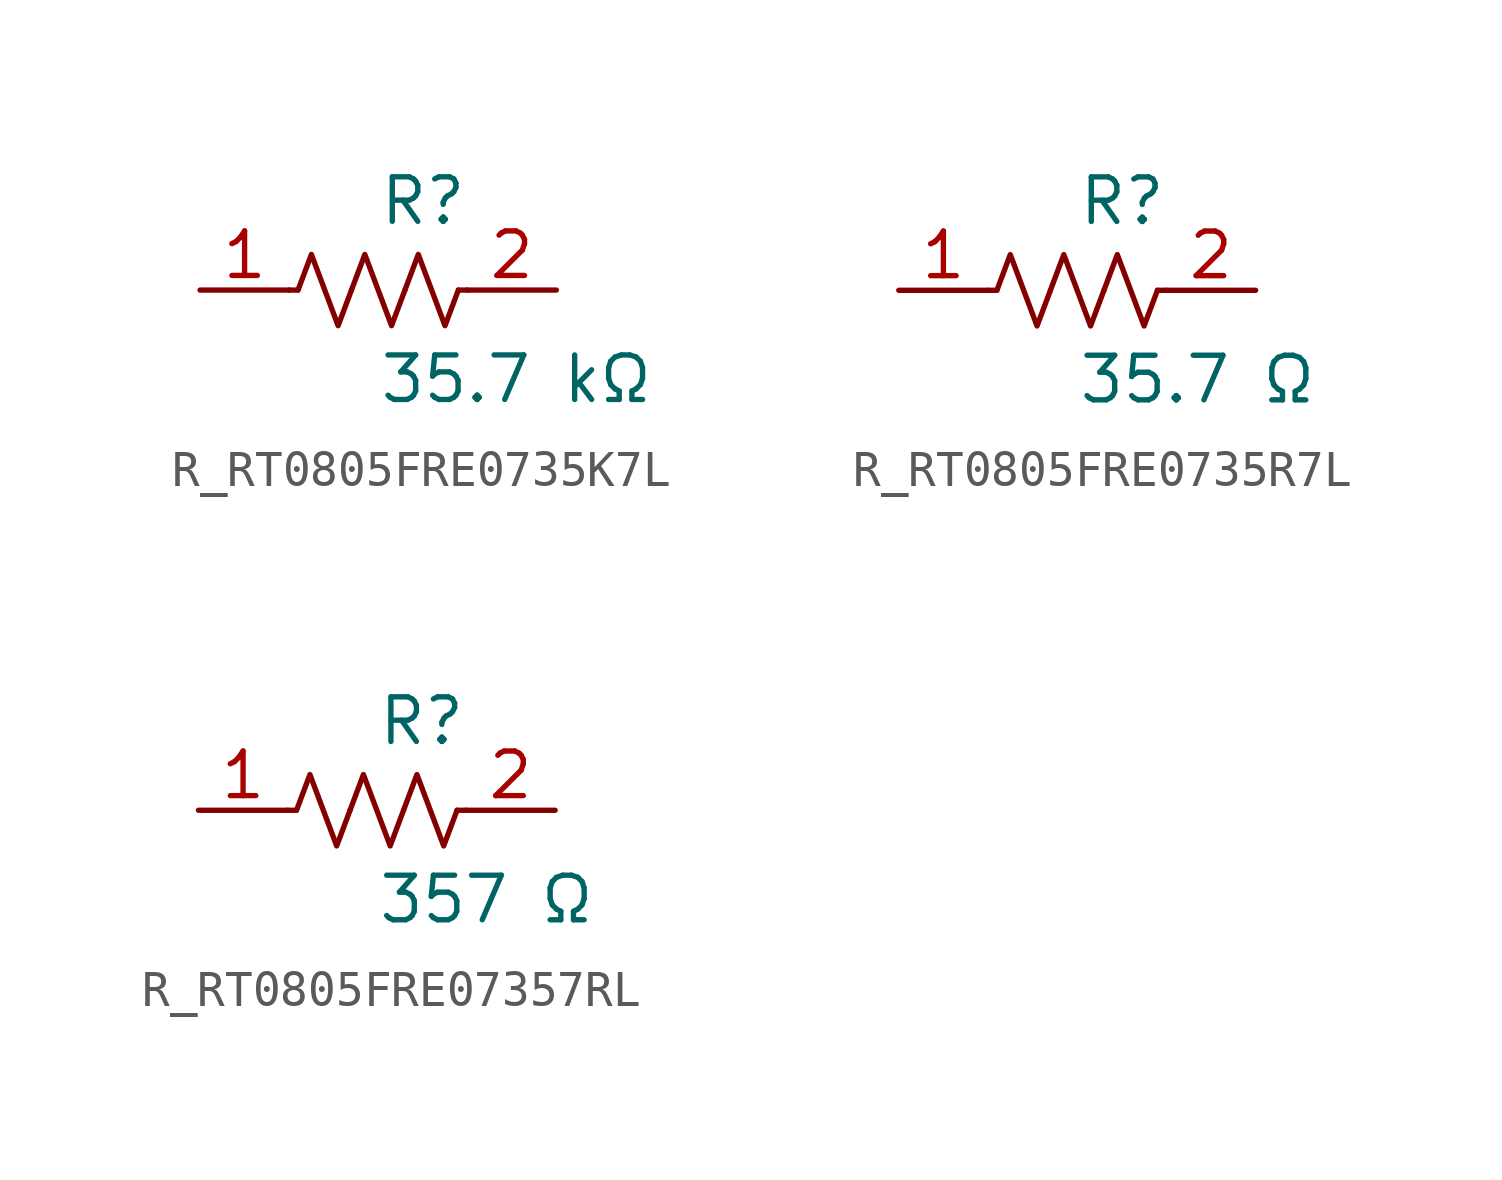
<source format=kicad_sym>
(kicad_symbol_lib
  (version 20231120)
  (generator kicad_symbol_editor)
  (generator_version 8.0)
  (symbol "R_RT0805FRE0735K7L"
    (pin_names
      (offset 0.254))
    (property "Reference" "R"
      (at 0 2.54 0)
      (effects (font (size 1.27 1.27)) (justify left)))
    (property "Value" "35.7 kΩ"
      (at 0 -2.54 0)
      (effects (font (size 1.27 1.27)) (justify left)))
    (symbol "R_RT0805FRE0735K7L_0_1"
      (polyline (pts (xy 2.286 0) (xy 2.54 0)) (stroke (width 0) (type default)) (fill (type none)))
      (polyline (pts (xy -2.286 0) (xy -2.54 0)) (stroke (width 0) (type default)) (fill (type none)))
      (polyline (pts (xy 0.762 0) (xy 1.143 1.016) (xy 1.524 0) (xy 1.905 -1.016) (xy 2.286 0)) (stroke (width 0) (type default)) (fill (type none)))
      (polyline (pts (xy -0.762 0) (xy -0.381 1.016) (xy 0 0) (xy 0.381 -1.016) (xy 0.762 0)) (stroke (width 0) (type default)) (fill (type none)))
      (polyline (pts (xy -2.286 0) (xy -1.905 1.016) (xy -1.524 0) (xy -1.143 -1.016) (xy -0.762 0)) (stroke (width 0) (type default)) (fill (type none))))
    (pin passive line
      (at -5.08 0 0)
      (length 2.54)
      (name "" (effects (font (size 1.27 1.27))))
      (number "1" (effects (font (size 1.27 1.27)))))
    (pin passive line
      (at 5.08 0 180)
      (length 2.54)
      (name "" (effects (font (size 1.27 1.27))))
      (number "2" (effects (font (size 1.27 1.27))))))
  (symbol "R_RT0805FRE0735R7L"
    (pin_names
      (offset 0.254))
    (property "Reference" "R"
      (at 0 2.54 0)
      (effects (font (size 1.27 1.27)) (justify left)))
    (property "Value" "35.7 Ω"
      (at 0 -2.54 0)
      (effects (font (size 1.27 1.27)) (justify left)))
    (symbol "R_RT0805FRE0735R7L_0_1"
      (polyline (pts (xy 2.286 0) (xy 2.54 0)) (stroke (width 0) (type default)) (fill (type none)))
      (polyline (pts (xy -2.286 0) (xy -2.54 0)) (stroke (width 0) (type default)) (fill (type none)))
      (polyline (pts (xy 0.762 0) (xy 1.143 1.016) (xy 1.524 0) (xy 1.905 -1.016) (xy 2.286 0)) (stroke (width 0) (type default)) (fill (type none)))
      (polyline (pts (xy -0.762 0) (xy -0.381 1.016) (xy 0 0) (xy 0.381 -1.016) (xy 0.762 0)) (stroke (width 0) (type default)) (fill (type none)))
      (polyline (pts (xy -2.286 0) (xy -1.905 1.016) (xy -1.524 0) (xy -1.143 -1.016) (xy -0.762 0)) (stroke (width 0) (type default)) (fill (type none))))
    (pin passive line
      (at -5.08 0 0)
      (length 2.54)
      (name "" (effects (font (size 1.27 1.27))))
      (number "1" (effects (font (size 1.27 1.27)))))
    (pin passive line
      (at 5.08 0 180)
      (length 2.54)
      (name "" (effects (font (size 1.27 1.27))))
      (number "2" (effects (font (size 1.27 1.27))))))
  (symbol "R_RT0805FRE07357RL"
    (pin_names
      (offset 0.254))
    (property "Reference" "R"
      (at 0 2.54 0)
      (effects (font (size 1.27 1.27)) (justify left)))
    (property "Value" "357 Ω"
      (at 0 -2.54 0)
      (effects (font (size 1.27 1.27)) (justify left)))
    (symbol "R_RT0805FRE07357RL_0_1"
      (polyline (pts (xy 2.286 0) (xy 2.54 0)) (stroke (width 0) (type default)) (fill (type none)))
      (polyline (pts (xy -2.286 0) (xy -2.54 0)) (stroke (width 0) (type default)) (fill (type none)))
      (polyline (pts (xy 0.762 0) (xy 1.143 1.016) (xy 1.524 0) (xy 1.905 -1.016) (xy 2.286 0)) (stroke (width 0) (type default)) (fill (type none)))
      (polyline (pts (xy -0.762 0) (xy -0.381 1.016) (xy 0 0) (xy 0.381 -1.016) (xy 0.762 0)) (stroke (width 0) (type default)) (fill (type none)))
      (polyline (pts (xy -2.286 0) (xy -1.905 1.016) (xy -1.524 0) (xy -1.143 -1.016) (xy -0.762 0)) (stroke (width 0) (type default)) (fill (type none))))
    (pin passive line
      (at -5.08 0 0)
      (length 2.54)
      (name "" (effects (font (size 1.27 1.27))))
      (number "1" (effects (font (size 1.27 1.27)))))
    (pin passive line
      (at 5.08 0 180)
      (length 2.54)
      (name "" (effects (font (size 1.27 1.27))))
      (number "2" (effects (font (size 1.27 1.27)))))))
</source>
